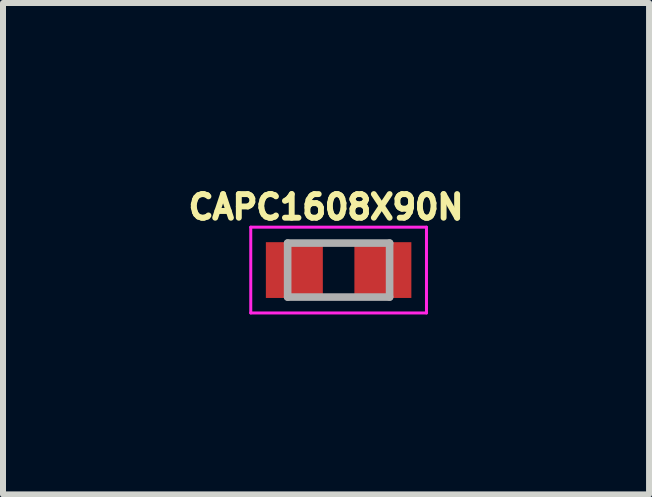
<source format=kicad_pcb>
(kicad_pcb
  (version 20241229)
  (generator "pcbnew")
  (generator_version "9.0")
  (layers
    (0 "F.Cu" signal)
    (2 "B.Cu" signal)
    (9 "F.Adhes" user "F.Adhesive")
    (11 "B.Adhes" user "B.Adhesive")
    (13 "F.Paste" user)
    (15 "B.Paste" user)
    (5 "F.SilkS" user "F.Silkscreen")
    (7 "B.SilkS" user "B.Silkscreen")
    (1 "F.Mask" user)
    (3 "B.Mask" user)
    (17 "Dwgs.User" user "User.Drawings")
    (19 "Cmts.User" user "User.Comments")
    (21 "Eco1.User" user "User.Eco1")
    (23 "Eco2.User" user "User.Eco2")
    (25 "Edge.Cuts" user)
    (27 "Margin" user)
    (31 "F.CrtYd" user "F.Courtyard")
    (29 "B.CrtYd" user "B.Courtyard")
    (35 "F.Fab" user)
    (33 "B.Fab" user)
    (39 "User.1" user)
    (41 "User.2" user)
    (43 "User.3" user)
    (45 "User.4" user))
  (footprint "CAPC1608X90N"
    (layer "F.Cu")
    (at 2.596 1.453)
    (property "Reference" "CAPC1608X90N" (at -0.21 -1.05 0) (layer "F.SilkS") (effects (font (size 0.394 0.394) (thickness 0.15))))
    (attr smd)
    (fp_line (start -1.465 -0.715) (end 1.465 -0.715) (stroke (width 0.05) (type solid)) (layer "F.CrtYd"))
    (fp_line (start -1.465 0.715) (end -1.465 -0.715) (stroke (width 0.05) (type solid)) (layer "F.CrtYd"))
    (fp_line (start -1.465 0.715) (end 1.465 0.715) (stroke (width 0.05) (type solid)) (layer "F.CrtYd"))
    (fp_line (start 1.465 0.715) (end 1.465 -0.715) (stroke (width 0.05) (type solid)) (layer "F.CrtYd"))
    (fp_line (start -0.85 0.45) (end -0.85 -0.45) (stroke (width 0.127) (type solid)) (layer "F.Fab"))
    (fp_line (start 0.85 -0.45) (end -0.85 -0.45) (stroke (width 0.127) (type solid)) (layer "F.Fab"))
    (fp_line (start 0.85 0.45) (end -0.85 0.45) (stroke (width 0.127) (type solid)) (layer "F.Fab"))
    (fp_line (start 0.85 0.45) (end 0.85 -0.45) (stroke (width 0.127) (type solid)) (layer "F.Fab"))
    (pad "1" smd rect (at -0.738 0) (size 0.95 0.93) (layers "F.Cu" "F.Mask" "F.Paste"))
    (pad "2" smd rect (at 0.738 0) (size 0.95 0.93) (layers "F.Cu" "F.Mask" "F.Paste")))
  (gr_rect
    (start -3 -3)
    (end 7.772 5.193)
    (stroke (width 0.1) (type default))
    (fill no)
    (layer "Edge.Cuts")))
</source>
